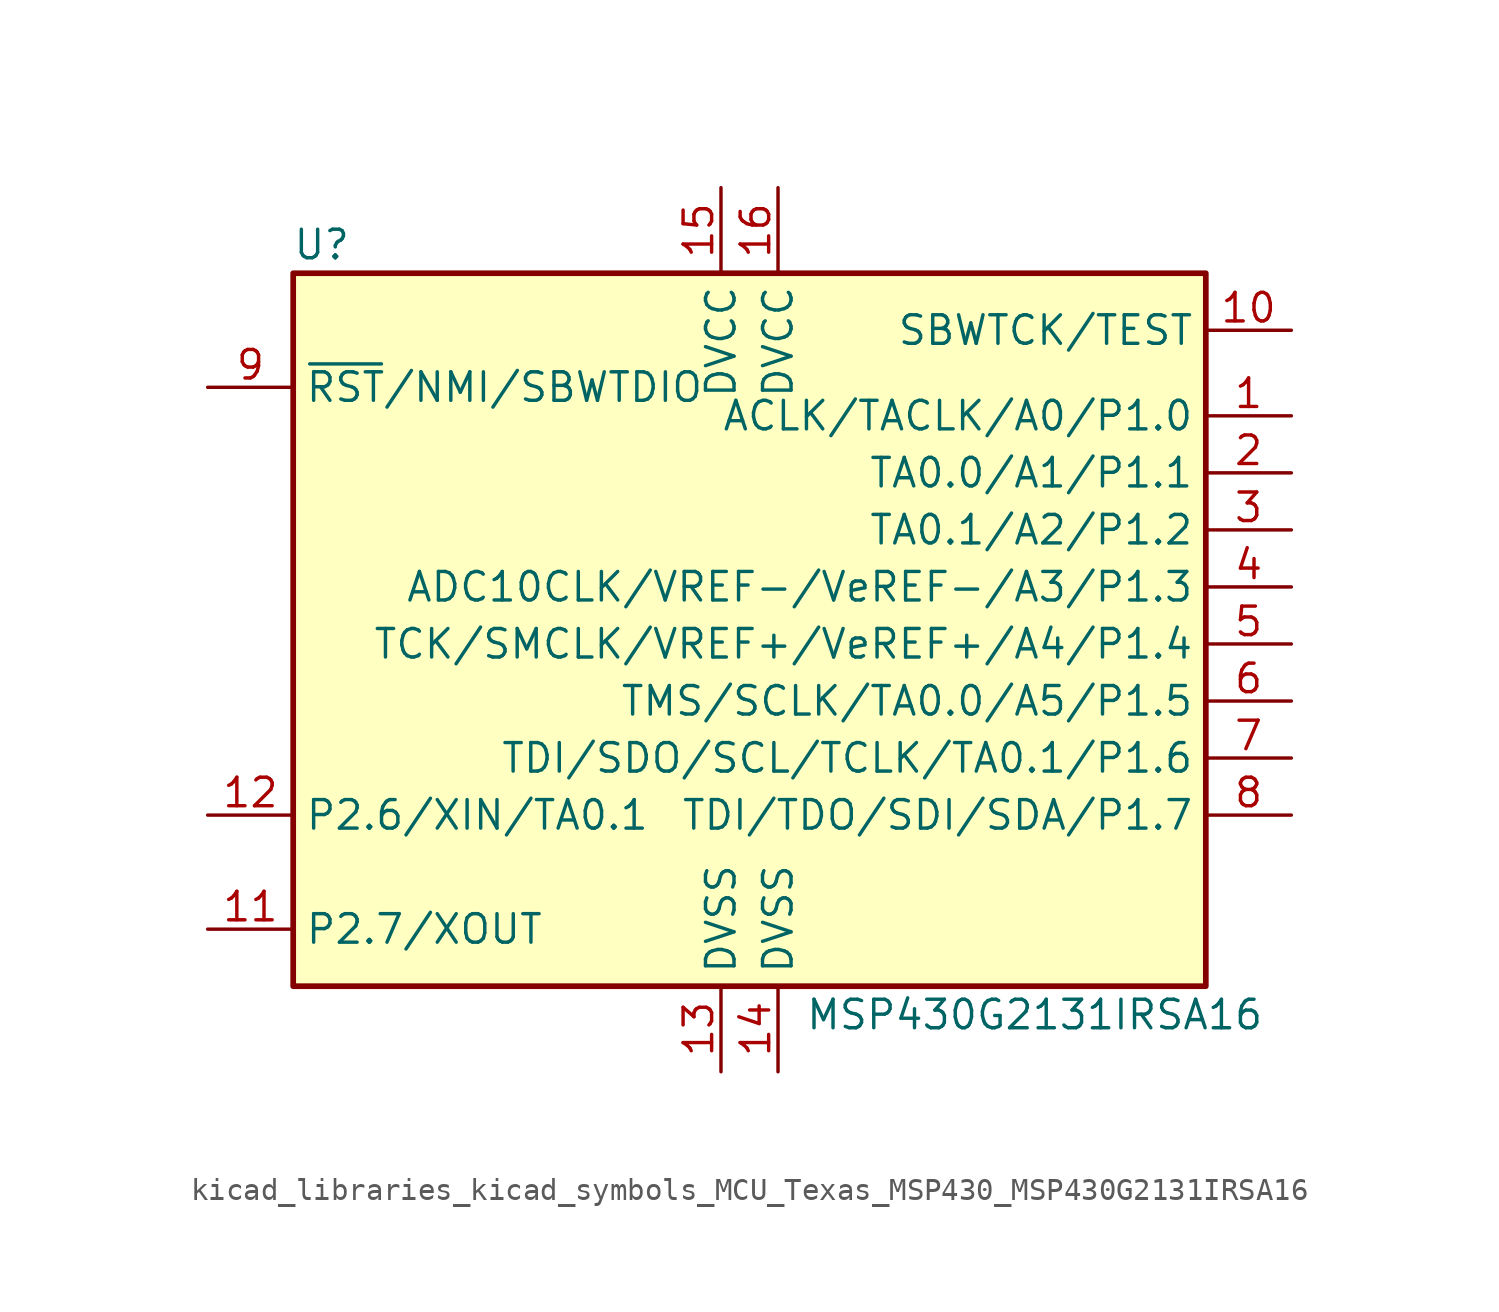
<source format=kicad_sym>
(kicad_symbol_lib
  (version 20220914)
  (generator kicad_symbol_editor)
  (symbol "kicad_libraries_kicad_symbols_MCU_Texas_MSP430_MSP430G2131IRSA16"
    (property "Reference" "U"
      (at -19.05 17.78 0)
      (effects (font (size 1.27 1.27))))
    (property "Value" "MSP430G2131IRSA16"
      (at 12.7 -16.51 0)
      (effects (font (size 1.27 1.27))))
    (symbol "kicad_libraries_kicad_symbols_MCU_Texas_MSP430_MSP430G2131IRSA16_0_1"
      (rectangle (start -20.32 16.51) (end 20.32 -15.24) (stroke (width 0.254) (type default)) (fill (type background))))
    (symbol "kicad_libraries_kicad_symbols_MCU_Texas_MSP430_MSP430G2131IRSA16_1_1"
      (pin bidirectional line (at 24.13 10.16 180) (length 3.81) (name "ACLK/TACLK/A0/P1.0" (effects (font (size 1.27 1.27)))) (number "1" (effects (font (size 1.27 1.27)))))
      (pin input line (at 24.13 13.97 180) (length 3.81) (name "SBWTCK/TEST" (effects (font (size 1.27 1.27)))) (number "10" (effects (font (size 1.27 1.27)))))
      (pin bidirectional line (at -24.13 -12.7 0) (length 3.81) (name "P2.7/XOUT" (effects (font (size 1.27 1.27)))) (number "11" (effects (font (size 1.27 1.27)))))
      (pin bidirectional line (at -24.13 -7.62 0) (length 3.81) (name "P2.6/XIN/TA0.1" (effects (font (size 1.27 1.27)))) (number "12" (effects (font (size 1.27 1.27)))))
      (pin power_in line (at -1.27 -19.05 90) (length 3.81) (name "DVSS" (effects (font (size 1.27 1.27)))) (number "13" (effects (font (size 1.27 1.27)))))
      (pin power_in line (at 1.27 -19.05 90) (length 3.81) (name "DVSS" (effects (font (size 1.27 1.27)))) (number "14" (effects (font (size 1.27 1.27)))))
      (pin power_in line (at -1.27 20.32 270) (length 3.81) (name "DVCC" (effects (font (size 1.27 1.27)))) (number "15" (effects (font (size 1.27 1.27)))))
      (pin power_in line (at 1.27 20.32 270) (length 3.81) (name "DVCC" (effects (font (size 1.27 1.27)))) (number "16" (effects (font (size 1.27 1.27)))))
      (pin bidirectional line (at 24.13 7.62 180) (length 3.81) (name "TA0.0/A1/P1.1" (effects (font (size 1.27 1.27)))) (number "2" (effects (font (size 1.27 1.27)))))
      (pin bidirectional line (at 24.13 5.08 180) (length 3.81) (name "TA0.1/A2/P1.2" (effects (font (size 1.27 1.27)))) (number "3" (effects (font (size 1.27 1.27)))))
      (pin bidirectional line (at 24.13 2.54 180) (length 3.81) (name "ADC10CLK/VREF-/VeREF-/A3/P1.3" (effects (font (size 1.27 1.27)))) (number "4" (effects (font (size 1.27 1.27)))))
      (pin bidirectional line (at 24.13 0 180) (length 3.81) (name "TCK/SMCLK/VREF+/VeREF+/A4/P1.4" (effects (font (size 1.27 1.27)))) (number "5" (effects (font (size 1.27 1.27)))))
      (pin bidirectional line (at 24.13 -2.54 180) (length 3.81) (name "TMS/SCLK/TA0.0/A5/P1.5" (effects (font (size 1.27 1.27)))) (number "6" (effects (font (size 1.27 1.27)))))
      (pin bidirectional line (at 24.13 -5.08 180) (length 3.81) (name "TDI/SDO/SCL/TCLK/TA0.1/P1.6" (effects (font (size 1.27 1.27)))) (number "7" (effects (font (size 1.27 1.27)))))
      (pin bidirectional line (at 24.13 -7.62 180) (length 3.81) (name "TDI/TDO/SDI/SDA/P1.7" (effects (font (size 1.27 1.27)))) (number "8" (effects (font (size 1.27 1.27)))))
      (pin input line (at -24.13 11.43 0) (length 3.81) (name "~{RST}/NMI/SBWTDIO" (effects (font (size 1.27 1.27)))) (number "9" (effects (font (size 1.27 1.27))))))))
</source>
